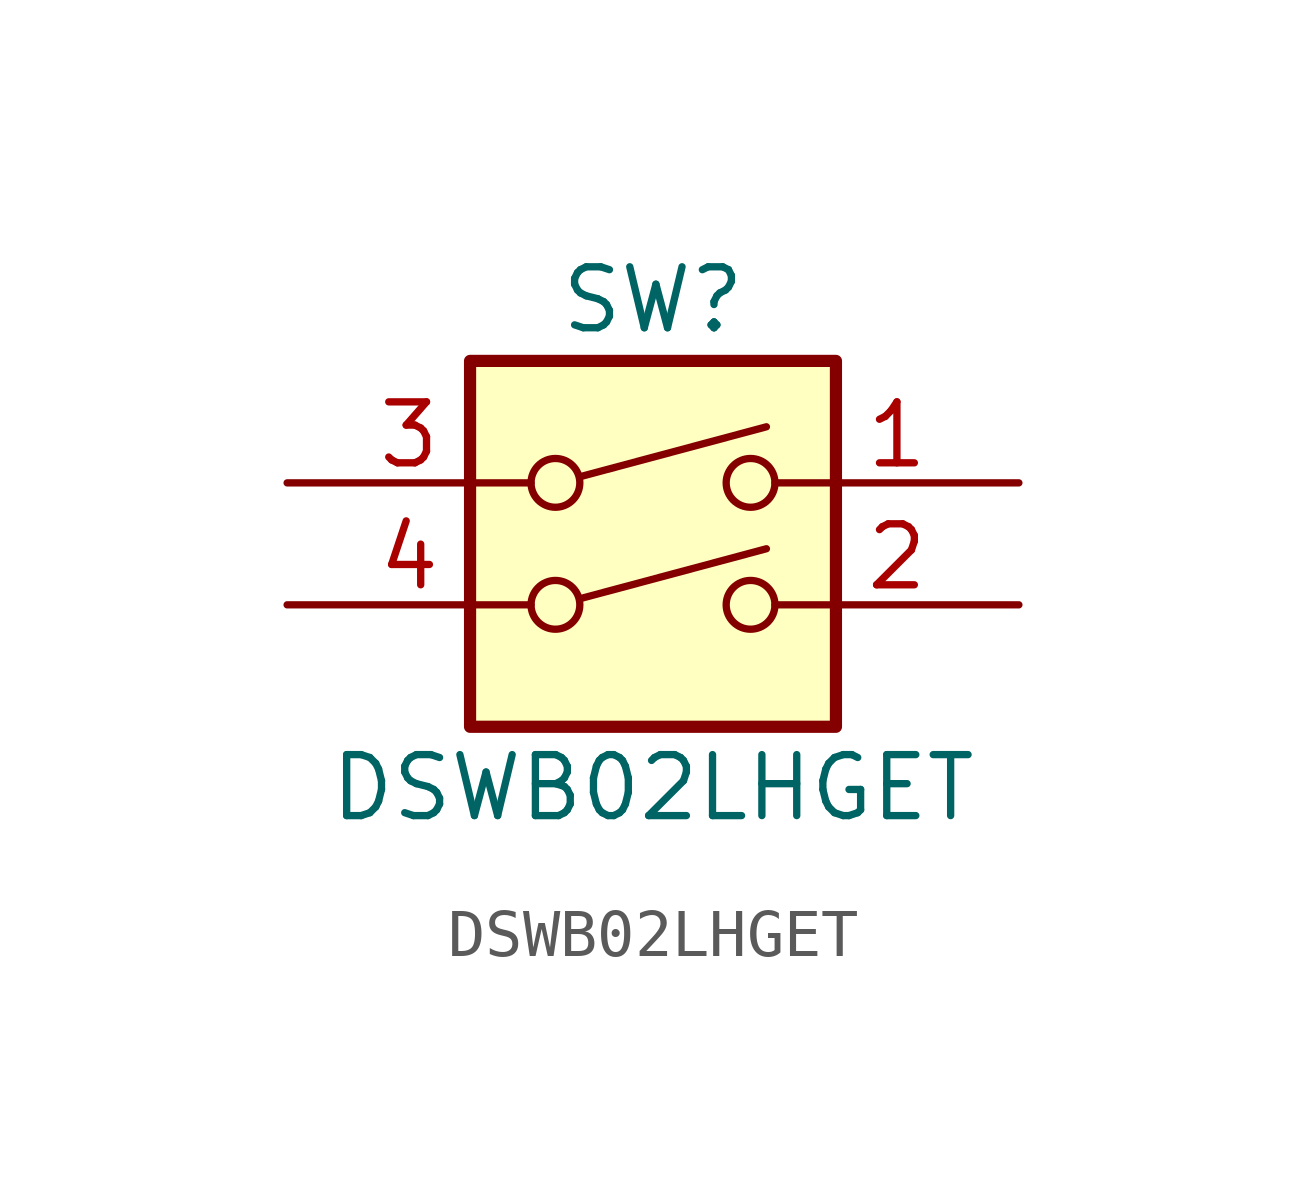
<source format=kicad_sym>
(kicad_symbol_lib
  (version 20231120)
  (generator "kicad_symbol_editor")
  (generator_version "8.0")
  (symbol "DSWB02LHGET"
    (pin_names
      (offset 0) hide)
    (property "Reference" "SW"
      (at 0 6.35 0)
      (effects (font (size 1.27 1.27))))
    (property "Value" "DSWB02LHGET"
      (at 0 -3.81 0)
      (effects (font (size 1.27 1.27))))
    (symbol "DSWB02LHGET_0_0"
      (circle (center -2.032 0) (radius 0.508) (stroke (width 0) (type default)) (fill (type none)))
      (circle (center -2.032 2.54) (radius 0.508) (stroke (width 0) (type default)) (fill (type none)))
      (polyline (pts (xy -1.524 0.127) (xy 2.362 1.168)) (stroke (width 0) (type default)) (fill (type none)))
      (polyline (pts (xy -1.524 2.667) (xy 2.362 3.708)) (stroke (width 0) (type default)) (fill (type none)))
      (circle (center 2.032 0) (radius 0.508) (stroke (width 0) (type default)) (fill (type none)))
      (circle (center 2.032 2.54) (radius 0.508) (stroke (width 0) (type default)) (fill (type none))))
    (symbol "DSWB02LHGET_0_1"
      (rectangle (start -3.81 5.08) (end 3.81 -2.54) (stroke (width 0.254) (type default)) (fill (type background))))
    (symbol "DSWB02LHGET_1_1"
      (pin passive line (at 7.62 2.54 180) (length 5.08) (name "~" (effects (font (size 1.27 1.27)))) (number "1" (effects (font (size 1.27 1.27)))))
      (pin passive line (at 7.62 0 180) (length 5.08) (name "~" (effects (font (size 1.27 1.27)))) (number "2" (effects (font (size 1.27 1.27)))))
      (pin passive line (at -7.62 2.54 0) (length 5.08) (name "~" (effects (font (size 1.27 1.27)))) (number "3" (effects (font (size 1.27 1.27)))))
      (pin passive line (at -7.62 0 0) (length 5.08) (name "~" (effects (font (size 1.27 1.27)))) (number "4" (effects (font (size 1.27 1.27))))))))
</source>
